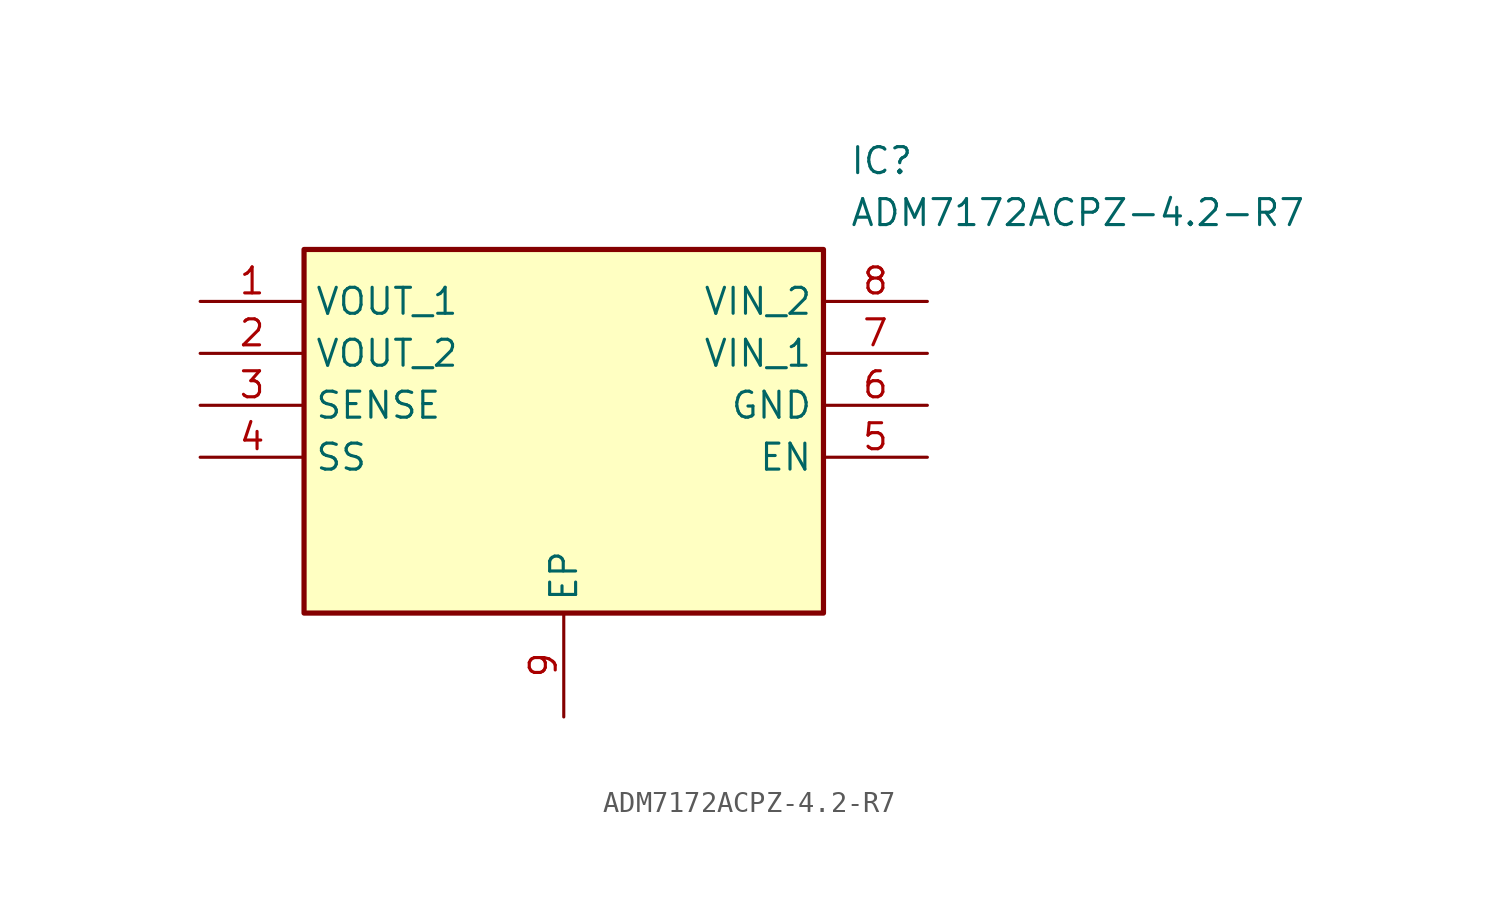
<source format=kicad_sym>
(kicad_symbol_lib
  (version 20211014)
  (generator SamacSys_ECAD_Model)
  (symbol "ADM7172ACPZ-4.2-R7"
    (property "Reference" "IC"
      (at 31.75 7.62 0)
      (effects (font (size 1.27 1.27)) (justify left top)))
    (property "Value" "ADM7172ACPZ-4.2-R7"
      (at 31.75 5.08 0)
      (effects (font (size 1.27 1.27)) (justify left top)))
    (rectangle
      (start 5.08 2.54)
      (end 30.48 -15.24)
      (stroke (width 0.254) (type default))
      (fill (type background)))
    (pin passive line
      (at 0 0 0)
      (length 5.08)
      (name "VOUT_1" (effects (font (size 1.27 1.27))))
      (number "1" (effects (font (size 1.27 1.27)))))
    (pin passive line
      (at 0 -2.54 0)
      (length 5.08)
      (name "VOUT_2" (effects (font (size 1.27 1.27))))
      (number "2" (effects (font (size 1.27 1.27)))))
    (pin passive line
      (at 0 -5.08 0)
      (length 5.08)
      (name "SENSE" (effects (font (size 1.27 1.27))))
      (number "3" (effects (font (size 1.27 1.27)))))
    (pin passive line
      (at 0 -7.62 0)
      (length 5.08)
      (name "SS" (effects (font (size 1.27 1.27))))
      (number "4" (effects (font (size 1.27 1.27)))))
    (pin passive line
      (at 17.78 -20.32 90)
      (length 5.08)
      (name "EP" (effects (font (size 1.27 1.27))))
      (number "9" (effects (font (size 1.27 1.27)))))
    (pin passive line
      (at 35.56 0 180)
      (length 5.08)
      (name "VIN_2" (effects (font (size 1.27 1.27))))
      (number "8" (effects (font (size 1.27 1.27)))))
    (pin passive line
      (at 35.56 -2.54 180)
      (length 5.08)
      (name "VIN_1" (effects (font (size 1.27 1.27))))
      (number "7" (effects (font (size 1.27 1.27)))))
    (pin passive line
      (at 35.56 -5.08 180)
      (length 5.08)
      (name "GND" (effects (font (size 1.27 1.27))))
      (number "6" (effects (font (size 1.27 1.27)))))
    (pin passive line
      (at 35.56 -7.62 180)
      (length 5.08)
      (name "EN" (effects (font (size 1.27 1.27))))
      (number "5" (effects (font (size 1.27 1.27)))))))
</source>
